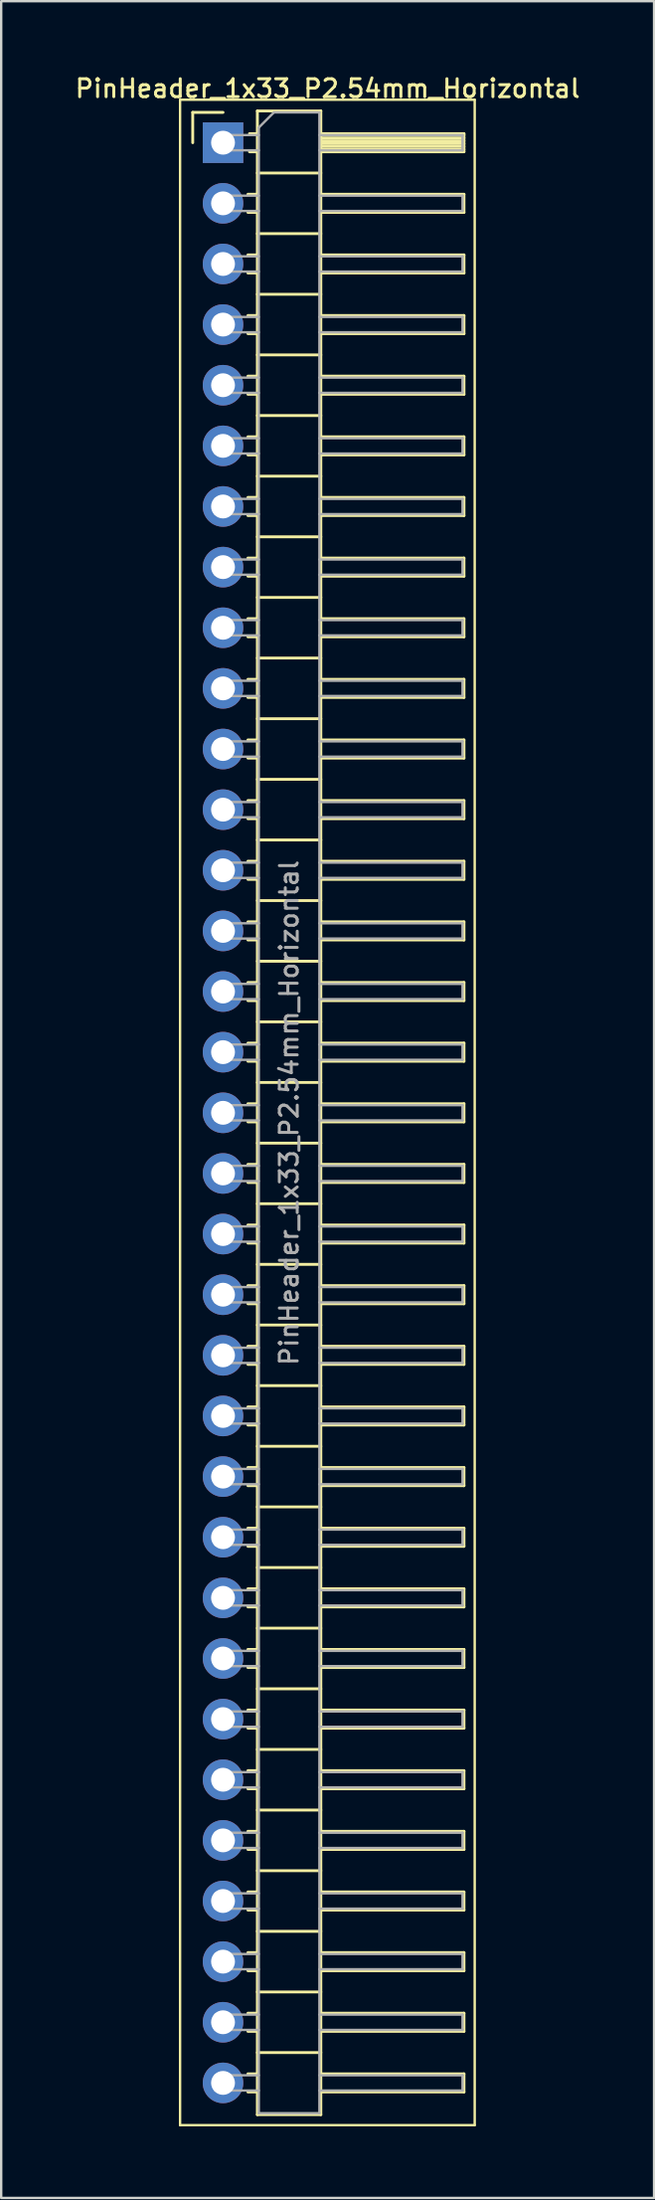
<source format=kicad_pcb>
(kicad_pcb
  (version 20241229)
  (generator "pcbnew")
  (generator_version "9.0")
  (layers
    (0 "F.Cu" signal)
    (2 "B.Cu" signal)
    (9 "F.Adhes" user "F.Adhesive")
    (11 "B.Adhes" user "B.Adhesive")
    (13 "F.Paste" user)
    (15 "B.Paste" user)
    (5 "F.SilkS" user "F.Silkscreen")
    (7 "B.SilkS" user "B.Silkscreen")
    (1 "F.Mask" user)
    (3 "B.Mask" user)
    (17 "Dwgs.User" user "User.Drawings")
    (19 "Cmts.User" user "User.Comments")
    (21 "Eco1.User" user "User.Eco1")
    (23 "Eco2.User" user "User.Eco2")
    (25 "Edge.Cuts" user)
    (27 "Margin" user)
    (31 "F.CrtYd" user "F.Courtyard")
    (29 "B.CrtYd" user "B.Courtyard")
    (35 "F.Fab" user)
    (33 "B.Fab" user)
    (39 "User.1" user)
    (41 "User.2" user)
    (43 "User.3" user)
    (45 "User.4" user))
  (footprint "PinHeader_1x33_P2.54mm_Horizontal"
    (layer "F.Cu")
    (at 6.299 2.928)
    (property "Reference" "PinHeader_1x33_P2.54mm_Horizontal" (at 4.385 -2.27 0) (layer "F.SilkS") (effects (font (size 0.75 0.75) (thickness 0.125))))
    (attr through_hole)
    (fp_line (start -1.8 -1.8) (end -1.8 83.05) (stroke (width 0.1) (type solid)) (layer "F.SilkS"))
    (fp_line (start -1.8 83.05) (end 10.55 83.05) (stroke (width 0.1) (type solid)) (layer "F.SilkS"))
    (fp_line (start -1.27 -1.27) (end 0 -1.27) (stroke (width 0.12) (type solid)) (layer "F.SilkS"))
    (fp_line (start -1.27 0) (end -1.27 -1.27) (stroke (width 0.12) (type solid)) (layer "F.SilkS"))
    (fp_line (start 1.043 2.16) (end 1.44 2.16) (stroke (width 0.12) (type solid)) (layer "F.SilkS"))
    (fp_line (start 1.043 2.92) (end 1.44 2.92) (stroke (width 0.12) (type solid)) (layer "F.SilkS"))
    (fp_line (start 1.043 4.7) (end 1.44 4.7) (stroke (width 0.12) (type solid)) (layer "F.SilkS"))
    (fp_line (start 1.043 5.46) (end 1.44 5.46) (stroke (width 0.12) (type solid)) (layer "F.SilkS"))
    (fp_line (start 1.043 7.24) (end 1.44 7.24) (stroke (width 0.12) (type solid)) (layer "F.SilkS"))
    (fp_line (start 1.043 8) (end 1.44 8) (stroke (width 0.12) (type solid)) (layer "F.SilkS"))
    (fp_line (start 1.043 9.78) (end 1.44 9.78) (stroke (width 0.12) (type solid)) (layer "F.SilkS"))
    (fp_line (start 1.043 10.54) (end 1.44 10.54) (stroke (width 0.12) (type solid)) (layer "F.SilkS"))
    (fp_line (start 1.043 12.32) (end 1.44 12.32) (stroke (width 0.12) (type solid)) (layer "F.SilkS"))
    (fp_line (start 1.043 13.08) (end 1.44 13.08) (stroke (width 0.12) (type solid)) (layer "F.SilkS"))
    (fp_line (start 1.043 14.86) (end 1.44 14.86) (stroke (width 0.12) (type solid)) (layer "F.SilkS"))
    (fp_line (start 1.043 15.62) (end 1.44 15.62) (stroke (width 0.12) (type solid)) (layer "F.SilkS"))
    (fp_line (start 1.043 17.4) (end 1.44 17.4) (stroke (width 0.12) (type solid)) (layer "F.SilkS"))
    (fp_line (start 1.043 18.16) (end 1.44 18.16) (stroke (width 0.12) (type solid)) (layer "F.SilkS"))
    (fp_line (start 1.043 19.94) (end 1.44 19.94) (stroke (width 0.12) (type solid)) (layer "F.SilkS"))
    (fp_line (start 1.043 20.7) (end 1.44 20.7) (stroke (width 0.12) (type solid)) (layer "F.SilkS"))
    (fp_line (start 1.043 22.48) (end 1.44 22.48) (stroke (width 0.12) (type solid)) (layer "F.SilkS"))
    (fp_line (start 1.043 23.24) (end 1.44 23.24) (stroke (width 0.12) (type solid)) (layer "F.SilkS"))
    (fp_line (start 1.043 25.02) (end 1.44 25.02) (stroke (width 0.12) (type solid)) (layer "F.SilkS"))
    (fp_line (start 1.043 25.78) (end 1.44 25.78) (stroke (width 0.12) (type solid)) (layer "F.SilkS"))
    (fp_line (start 1.043 27.56) (end 1.44 27.56) (stroke (width 0.12) (type solid)) (layer "F.SilkS"))
    (fp_line (start 1.043 28.32) (end 1.44 28.32) (stroke (width 0.12) (type solid)) (layer "F.SilkS"))
    (fp_line (start 1.043 30.1) (end 1.44 30.1) (stroke (width 0.12) (type solid)) (layer "F.SilkS"))
    (fp_line (start 1.043 30.86) (end 1.44 30.86) (stroke (width 0.12) (type solid)) (layer "F.SilkS"))
    (fp_line (start 1.043 32.64) (end 1.44 32.64) (stroke (width 0.12) (type solid)) (layer "F.SilkS"))
    (fp_line (start 1.043 33.4) (end 1.44 33.4) (stroke (width 0.12) (type solid)) (layer "F.SilkS"))
    (fp_line (start 1.043 35.18) (end 1.44 35.18) (stroke (width 0.12) (type solid)) (layer "F.SilkS"))
    (fp_line (start 1.043 35.94) (end 1.44 35.94) (stroke (width 0.12) (type solid)) (layer "F.SilkS"))
    (fp_line (start 1.043 37.72) (end 1.44 37.72) (stroke (width 0.12) (type solid)) (layer "F.SilkS"))
    (fp_line (start 1.043 38.48) (end 1.44 38.48) (stroke (width 0.12) (type solid)) (layer "F.SilkS"))
    (fp_line (start 1.043 40.26) (end 1.44 40.26) (stroke (width 0.12) (type solid)) (layer "F.SilkS"))
    (fp_line (start 1.043 41.02) (end 1.44 41.02) (stroke (width 0.12) (type solid)) (layer "F.SilkS"))
    (fp_line (start 1.043 42.8) (end 1.44 42.8) (stroke (width 0.12) (type solid)) (layer "F.SilkS"))
    (fp_line (start 1.043 43.56) (end 1.44 43.56) (stroke (width 0.12) (type solid)) (layer "F.SilkS"))
    (fp_line (start 1.043 45.34) (end 1.44 45.34) (stroke (width 0.12) (type solid)) (layer "F.SilkS"))
    (fp_line (start 1.043 46.1) (end 1.44 46.1) (stroke (width 0.12) (type solid)) (layer "F.SilkS"))
    (fp_line (start 1.043 47.88) (end 1.44 47.88) (stroke (width 0.12) (type solid)) (layer "F.SilkS"))
    (fp_line (start 1.043 48.64) (end 1.44 48.64) (stroke (width 0.12) (type solid)) (layer "F.SilkS"))
    (fp_line (start 1.043 50.42) (end 1.44 50.42) (stroke (width 0.12) (type solid)) (layer "F.SilkS"))
    (fp_line (start 1.043 51.18) (end 1.44 51.18) (stroke (width 0.12) (type solid)) (layer "F.SilkS"))
    (fp_line (start 1.043 52.96) (end 1.44 52.96) (stroke (width 0.12) (type solid)) (layer "F.SilkS"))
    (fp_line (start 1.043 53.72) (end 1.44 53.72) (stroke (width 0.12) (type solid)) (layer "F.SilkS"))
    (fp_line (start 1.043 55.5) (end 1.44 55.5) (stroke (width 0.12) (type solid)) (layer "F.SilkS"))
    (fp_line (start 1.043 56.26) (end 1.44 56.26) (stroke (width 0.12) (type solid)) (layer "F.SilkS"))
    (fp_line (start 1.043 58.04) (end 1.44 58.04) (stroke (width 0.12) (type solid)) (layer "F.SilkS"))
    (fp_line (start 1.043 58.8) (end 1.44 58.8) (stroke (width 0.12) (type solid)) (layer "F.SilkS"))
    (fp_line (start 1.043 60.58) (end 1.44 60.58) (stroke (width 0.12) (type solid)) (layer "F.SilkS"))
    (fp_line (start 1.043 61.34) (end 1.44 61.34) (stroke (width 0.12) (type solid)) (layer "F.SilkS"))
    (fp_line (start 1.043 63.12) (end 1.44 63.12) (stroke (width 0.12) (type solid)) (layer "F.SilkS"))
    (fp_line (start 1.043 63.88) (end 1.44 63.88) (stroke (width 0.12) (type solid)) (layer "F.SilkS"))
    (fp_line (start 1.043 65.66) (end 1.44 65.66) (stroke (width 0.12) (type solid)) (layer "F.SilkS"))
    (fp_line (start 1.043 66.42) (end 1.44 66.42) (stroke (width 0.12) (type solid)) (layer "F.SilkS"))
    (fp_line (start 1.043 68.2) (end 1.44 68.2) (stroke (width 0.12) (type solid)) (layer "F.SilkS"))
    (fp_line (start 1.043 68.96) (end 1.44 68.96) (stroke (width 0.12) (type solid)) (layer "F.SilkS"))
    (fp_line (start 1.043 70.74) (end 1.44 70.74) (stroke (width 0.12) (type solid)) (layer "F.SilkS"))
    (fp_line (start 1.043 71.5) (end 1.44 71.5) (stroke (width 0.12) (type solid)) (layer "F.SilkS"))
    (fp_line (start 1.043 73.28) (end 1.44 73.28) (stroke (width 0.12) (type solid)) (layer "F.SilkS"))
    (fp_line (start 1.043 74.04) (end 1.44 74.04) (stroke (width 0.12) (type solid)) (layer "F.SilkS"))
    (fp_line (start 1.043 75.82) (end 1.44 75.82) (stroke (width 0.12) (type solid)) (layer "F.SilkS"))
    (fp_line (start 1.043 76.58) (end 1.44 76.58) (stroke (width 0.12) (type solid)) (layer "F.SilkS"))
    (fp_line (start 1.043 78.36) (end 1.44 78.36) (stroke (width 0.12) (type solid)) (layer "F.SilkS"))
    (fp_line (start 1.043 79.12) (end 1.44 79.12) (stroke (width 0.12) (type solid)) (layer "F.SilkS"))
    (fp_line (start 1.043 80.9) (end 1.44 80.9) (stroke (width 0.12) (type solid)) (layer "F.SilkS"))
    (fp_line (start 1.043 81.66) (end 1.44 81.66) (stroke (width 0.12) (type solid)) (layer "F.SilkS"))
    (fp_line (start 1.11 -0.38) (end 1.44 -0.38) (stroke (width 0.12) (type solid)) (layer "F.SilkS"))
    (fp_line (start 1.11 0.38) (end 1.44 0.38) (stroke (width 0.12) (type solid)) (layer "F.SilkS"))
    (fp_line (start 1.44 -1.33) (end 1.44 82.61) (stroke (width 0.12) (type solid)) (layer "F.SilkS"))
    (fp_line (start 1.44 1.27) (end 4.1 1.27) (stroke (width 0.12) (type solid)) (layer "F.SilkS"))
    (fp_line (start 1.44 3.81) (end 4.1 3.81) (stroke (width 0.12) (type solid)) (layer "F.SilkS"))
    (fp_line (start 1.44 6.35) (end 4.1 6.35) (stroke (width 0.12) (type solid)) (layer "F.SilkS"))
    (fp_line (start 1.44 8.89) (end 4.1 8.89) (stroke (width 0.12) (type solid)) (layer "F.SilkS"))
    (fp_line (start 1.44 11.43) (end 4.1 11.43) (stroke (width 0.12) (type solid)) (layer "F.SilkS"))
    (fp_line (start 1.44 13.97) (end 4.1 13.97) (stroke (width 0.12) (type solid)) (layer "F.SilkS"))
    (fp_line (start 1.44 16.51) (end 4.1 16.51) (stroke (width 0.12) (type solid)) (layer "F.SilkS"))
    (fp_line (start 1.44 19.05) (end 4.1 19.05) (stroke (width 0.12) (type solid)) (layer "F.SilkS"))
    (fp_line (start 1.44 21.59) (end 4.1 21.59) (stroke (width 0.12) (type solid)) (layer "F.SilkS"))
    (fp_line (start 1.44 24.13) (end 4.1 24.13) (stroke (width 0.12) (type solid)) (layer "F.SilkS"))
    (fp_line (start 1.44 26.67) (end 4.1 26.67) (stroke (width 0.12) (type solid)) (layer "F.SilkS"))
    (fp_line (start 1.44 29.21) (end 4.1 29.21) (stroke (width 0.12) (type solid)) (layer "F.SilkS"))
    (fp_line (start 1.44 31.75) (end 4.1 31.75) (stroke (width 0.12) (type solid)) (layer "F.SilkS"))
    (fp_line (start 1.44 34.29) (end 4.1 34.29) (stroke (width 0.12) (type solid)) (layer "F.SilkS"))
    (fp_line (start 1.44 36.83) (end 4.1 36.83) (stroke (width 0.12) (type solid)) (layer "F.SilkS"))
    (fp_line (start 1.44 39.37) (end 4.1 39.37) (stroke (width 0.12) (type solid)) (layer "F.SilkS"))
    (fp_line (start 1.44 41.91) (end 4.1 41.91) (stroke (width 0.12) (type solid)) (layer "F.SilkS"))
    (fp_line (start 1.44 44.45) (end 4.1 44.45) (stroke (width 0.12) (type solid)) (layer "F.SilkS"))
    (fp_line (start 1.44 46.99) (end 4.1 46.99) (stroke (width 0.12) (type solid)) (layer "F.SilkS"))
    (fp_line (start 1.44 49.53) (end 4.1 49.53) (stroke (width 0.12) (type solid)) (layer "F.SilkS"))
    (fp_line (start 1.44 52.07) (end 4.1 52.07) (stroke (width 0.12) (type solid)) (layer "F.SilkS"))
    (fp_line (start 1.44 54.61) (end 4.1 54.61) (stroke (width 0.12) (type solid)) (layer "F.SilkS"))
    (fp_line (start 1.44 57.15) (end 4.1 57.15) (stroke (width 0.12) (type solid)) (layer "F.SilkS"))
    (fp_line (start 1.44 59.69) (end 4.1 59.69) (stroke (width 0.12) (type solid)) (layer "F.SilkS"))
    (fp_line (start 1.44 62.23) (end 4.1 62.23) (stroke (width 0.12) (type solid)) (layer "F.SilkS"))
    (fp_line (start 1.44 64.77) (end 4.1 64.77) (stroke (width 0.12) (type solid)) (layer "F.SilkS"))
    (fp_line (start 1.44 67.31) (end 4.1 67.31) (stroke (width 0.12) (type solid)) (layer "F.SilkS"))
    (fp_line (start 1.44 69.85) (end 4.1 69.85) (stroke (width 0.12) (type solid)) (layer "F.SilkS"))
    (fp_line (start 1.44 72.39) (end 4.1 72.39) (stroke (width 0.12) (type solid)) (layer "F.SilkS"))
    (fp_line (start 1.44 74.93) (end 4.1 74.93) (stroke (width 0.12) (type solid)) (layer "F.SilkS"))
    (fp_line (start 1.44 77.47) (end 4.1 77.47) (stroke (width 0.12) (type solid)) (layer "F.SilkS"))
    (fp_line (start 1.44 80.01) (end 4.1 80.01) (stroke (width 0.12) (type solid)) (layer "F.SilkS"))
    (fp_line (start 1.44 82.61) (end 4.1 82.61) (stroke (width 0.12) (type solid)) (layer "F.SilkS"))
    (fp_line (start 4.1 -1.33) (end 1.44 -1.33) (stroke (width 0.12) (type solid)) (layer "F.SilkS"))
    (fp_line (start 4.1 -0.38) (end 10.1 -0.38) (stroke (width 0.12) (type solid)) (layer "F.SilkS"))
    (fp_line (start 4.1 -0.32) (end 10.1 -0.32) (stroke (width 0.12) (type solid)) (layer "F.SilkS"))
    (fp_line (start 4.1 -0.2) (end 10.1 -0.2) (stroke (width 0.12) (type solid)) (layer "F.SilkS"))
    (fp_line (start 4.1 -0.08) (end 10.1 -0.08) (stroke (width 0.12) (type solid)) (layer "F.SilkS"))
    (fp_line (start 4.1 0.04) (end 10.1 0.04) (stroke (width 0.12) (type solid)) (layer "F.SilkS"))
    (fp_line (start 4.1 0.16) (end 10.1 0.16) (stroke (width 0.12) (type solid)) (layer "F.SilkS"))
    (fp_line (start 4.1 0.28) (end 10.1 0.28) (stroke (width 0.12) (type solid)) (layer "F.SilkS"))
    (fp_line (start 4.1 2.16) (end 10.1 2.16) (stroke (width 0.12) (type solid)) (layer "F.SilkS"))
    (fp_line (start 4.1 4.7) (end 10.1 4.7) (stroke (width 0.12) (type solid)) (layer "F.SilkS"))
    (fp_line (start 4.1 7.24) (end 10.1 7.24) (stroke (width 0.12) (type solid)) (layer "F.SilkS"))
    (fp_line (start 4.1 9.78) (end 10.1 9.78) (stroke (width 0.12) (type solid)) (layer "F.SilkS"))
    (fp_line (start 4.1 12.32) (end 10.1 12.32) (stroke (width 0.12) (type solid)) (layer "F.SilkS"))
    (fp_line (start 4.1 14.86) (end 10.1 14.86) (stroke (width 0.12) (type solid)) (layer "F.SilkS"))
    (fp_line (start 4.1 17.4) (end 10.1 17.4) (stroke (width 0.12) (type solid)) (layer "F.SilkS"))
    (fp_line (start 4.1 19.94) (end 10.1 19.94) (stroke (width 0.12) (type solid)) (layer "F.SilkS"))
    (fp_line (start 4.1 22.48) (end 10.1 22.48) (stroke (width 0.12) (type solid)) (layer "F.SilkS"))
    (fp_line (start 4.1 25.02) (end 10.1 25.02) (stroke (width 0.12) (type solid)) (layer "F.SilkS"))
    (fp_line (start 4.1 27.56) (end 10.1 27.56) (stroke (width 0.12) (type solid)) (layer "F.SilkS"))
    (fp_line (start 4.1 30.1) (end 10.1 30.1) (stroke (width 0.12) (type solid)) (layer "F.SilkS"))
    (fp_line (start 4.1 32.64) (end 10.1 32.64) (stroke (width 0.12) (type solid)) (layer "F.SilkS"))
    (fp_line (start 4.1 35.18) (end 10.1 35.18) (stroke (width 0.12) (type solid)) (layer "F.SilkS"))
    (fp_line (start 4.1 37.72) (end 10.1 37.72) (stroke (width 0.12) (type solid)) (layer "F.SilkS"))
    (fp_line (start 4.1 40.26) (end 10.1 40.26) (stroke (width 0.12) (type solid)) (layer "F.SilkS"))
    (fp_line (start 4.1 42.8) (end 10.1 42.8) (stroke (width 0.12) (type solid)) (layer "F.SilkS"))
    (fp_line (start 4.1 45.34) (end 10.1 45.34) (stroke (width 0.12) (type solid)) (layer "F.SilkS"))
    (fp_line (start 4.1 47.88) (end 10.1 47.88) (stroke (width 0.12) (type solid)) (layer "F.SilkS"))
    (fp_line (start 4.1 50.42) (end 10.1 50.42) (stroke (width 0.12) (type solid)) (layer "F.SilkS"))
    (fp_line (start 4.1 52.96) (end 10.1 52.96) (stroke (width 0.12) (type solid)) (layer "F.SilkS"))
    (fp_line (start 4.1 55.5) (end 10.1 55.5) (stroke (width 0.12) (type solid)) (layer "F.SilkS"))
    (fp_line (start 4.1 58.04) (end 10.1 58.04) (stroke (width 0.12) (type solid)) (layer "F.SilkS"))
    (fp_line (start 4.1 60.58) (end 10.1 60.58) (stroke (width 0.12) (type solid)) (layer "F.SilkS"))
    (fp_line (start 4.1 63.12) (end 10.1 63.12) (stroke (width 0.12) (type solid)) (layer "F.SilkS"))
    (fp_line (start 4.1 65.66) (end 10.1 65.66) (stroke (width 0.12) (type solid)) (layer "F.SilkS"))
    (fp_line (start 4.1 68.2) (end 10.1 68.2) (stroke (width 0.12) (type solid)) (layer "F.SilkS"))
    (fp_line (start 4.1 70.74) (end 10.1 70.74) (stroke (width 0.12) (type solid)) (layer "F.SilkS"))
    (fp_line (start 4.1 73.28) (end 10.1 73.28) (stroke (width 0.12) (type solid)) (layer "F.SilkS"))
    (fp_line (start 4.1 75.82) (end 10.1 75.82) (stroke (width 0.12) (type solid)) (layer "F.SilkS"))
    (fp_line (start 4.1 78.36) (end 10.1 78.36) (stroke (width 0.12) (type solid)) (layer "F.SilkS"))
    (fp_line (start 4.1 80.9) (end 10.1 80.9) (stroke (width 0.12) (type solid)) (layer "F.SilkS"))
    (fp_line (start 4.1 82.61) (end 4.1 -1.33) (stroke (width 0.12) (type solid)) (layer "F.SilkS"))
    (fp_line (start 10.1 -0.38) (end 10.1 0.38) (stroke (width 0.12) (type solid)) (layer "F.SilkS"))
    (fp_line (start 10.1 0.38) (end 4.1 0.38) (stroke (width 0.12) (type solid)) (layer "F.SilkS"))
    (fp_line (start 10.1 2.16) (end 10.1 2.92) (stroke (width 0.12) (type solid)) (layer "F.SilkS"))
    (fp_line (start 10.1 2.92) (end 4.1 2.92) (stroke (width 0.12) (type solid)) (layer "F.SilkS"))
    (fp_line (start 10.1 4.7) (end 10.1 5.46) (stroke (width 0.12) (type solid)) (layer "F.SilkS"))
    (fp_line (start 10.1 5.46) (end 4.1 5.46) (stroke (width 0.12) (type solid)) (layer "F.SilkS"))
    (fp_line (start 10.1 7.24) (end 10.1 8) (stroke (width 0.12) (type solid)) (layer "F.SilkS"))
    (fp_line (start 10.1 8) (end 4.1 8) (stroke (width 0.12) (type solid)) (layer "F.SilkS"))
    (fp_line (start 10.1 9.78) (end 10.1 10.54) (stroke (width 0.12) (type solid)) (layer "F.SilkS"))
    (fp_line (start 10.1 10.54) (end 4.1 10.54) (stroke (width 0.12) (type solid)) (layer "F.SilkS"))
    (fp_line (start 10.1 12.32) (end 10.1 13.08) (stroke (width 0.12) (type solid)) (layer "F.SilkS"))
    (fp_line (start 10.1 13.08) (end 4.1 13.08) (stroke (width 0.12) (type solid)) (layer "F.SilkS"))
    (fp_line (start 10.1 14.86) (end 10.1 15.62) (stroke (width 0.12) (type solid)) (layer "F.SilkS"))
    (fp_line (start 10.1 15.62) (end 4.1 15.62) (stroke (width 0.12) (type solid)) (layer "F.SilkS"))
    (fp_line (start 10.1 17.4) (end 10.1 18.16) (stroke (width 0.12) (type solid)) (layer "F.SilkS"))
    (fp_line (start 10.1 18.16) (end 4.1 18.16) (stroke (width 0.12) (type solid)) (layer "F.SilkS"))
    (fp_line (start 10.1 19.94) (end 10.1 20.7) (stroke (width 0.12) (type solid)) (layer "F.SilkS"))
    (fp_line (start 10.1 20.7) (end 4.1 20.7) (stroke (width 0.12) (type solid)) (layer "F.SilkS"))
    (fp_line (start 10.1 22.48) (end 10.1 23.24) (stroke (width 0.12) (type solid)) (layer "F.SilkS"))
    (fp_line (start 10.1 23.24) (end 4.1 23.24) (stroke (width 0.12) (type solid)) (layer "F.SilkS"))
    (fp_line (start 10.1 25.02) (end 10.1 25.78) (stroke (width 0.12) (type solid)) (layer "F.SilkS"))
    (fp_line (start 10.1 25.78) (end 4.1 25.78) (stroke (width 0.12) (type solid)) (layer "F.SilkS"))
    (fp_line (start 10.1 27.56) (end 10.1 28.32) (stroke (width 0.12) (type solid)) (layer "F.SilkS"))
    (fp_line (start 10.1 28.32) (end 4.1 28.32) (stroke (width 0.12) (type solid)) (layer "F.SilkS"))
    (fp_line (start 10.1 30.1) (end 10.1 30.86) (stroke (width 0.12) (type solid)) (layer "F.SilkS"))
    (fp_line (start 10.1 30.86) (end 4.1 30.86) (stroke (width 0.12) (type solid)) (layer "F.SilkS"))
    (fp_line (start 10.1 32.64) (end 10.1 33.4) (stroke (width 0.12) (type solid)) (layer "F.SilkS"))
    (fp_line (start 10.1 33.4) (end 4.1 33.4) (stroke (width 0.12) (type solid)) (layer "F.SilkS"))
    (fp_line (start 10.1 35.18) (end 10.1 35.94) (stroke (width 0.12) (type solid)) (layer "F.SilkS"))
    (fp_line (start 10.1 35.94) (end 4.1 35.94) (stroke (width 0.12) (type solid)) (layer "F.SilkS"))
    (fp_line (start 10.1 37.72) (end 10.1 38.48) (stroke (width 0.12) (type solid)) (layer "F.SilkS"))
    (fp_line (start 10.1 38.48) (end 4.1 38.48) (stroke (width 0.12) (type solid)) (layer "F.SilkS"))
    (fp_line (start 10.1 40.26) (end 10.1 41.02) (stroke (width 0.12) (type solid)) (layer "F.SilkS"))
    (fp_line (start 10.1 41.02) (end 4.1 41.02) (stroke (width 0.12) (type solid)) (layer "F.SilkS"))
    (fp_line (start 10.1 42.8) (end 10.1 43.56) (stroke (width 0.12) (type solid)) (layer "F.SilkS"))
    (fp_line (start 10.1 43.56) (end 4.1 43.56) (stroke (width 0.12) (type solid)) (layer "F.SilkS"))
    (fp_line (start 10.1 45.34) (end 10.1 46.1) (stroke (width 0.12) (type solid)) (layer "F.SilkS"))
    (fp_line (start 10.1 46.1) (end 4.1 46.1) (stroke (width 0.12) (type solid)) (layer "F.SilkS"))
    (fp_line (start 10.1 47.88) (end 10.1 48.64) (stroke (width 0.12) (type solid)) (layer "F.SilkS"))
    (fp_line (start 10.1 48.64) (end 4.1 48.64) (stroke (width 0.12) (type solid)) (layer "F.SilkS"))
    (fp_line (start 10.1 50.42) (end 10.1 51.18) (stroke (width 0.12) (type solid)) (layer "F.SilkS"))
    (fp_line (start 10.1 51.18) (end 4.1 51.18) (stroke (width 0.12) (type solid)) (layer "F.SilkS"))
    (fp_line (start 10.1 52.96) (end 10.1 53.72) (stroke (width 0.12) (type solid)) (layer "F.SilkS"))
    (fp_line (start 10.1 53.72) (end 4.1 53.72) (stroke (width 0.12) (type solid)) (layer "F.SilkS"))
    (fp_line (start 10.1 55.5) (end 10.1 56.26) (stroke (width 0.12) (type solid)) (layer "F.SilkS"))
    (fp_line (start 10.1 56.26) (end 4.1 56.26) (stroke (width 0.12) (type solid)) (layer "F.SilkS"))
    (fp_line (start 10.1 58.04) (end 10.1 58.8) (stroke (width 0.12) (type solid)) (layer "F.SilkS"))
    (fp_line (start 10.1 58.8) (end 4.1 58.8) (stroke (width 0.12) (type solid)) (layer "F.SilkS"))
    (fp_line (start 10.1 60.58) (end 10.1 61.34) (stroke (width 0.12) (type solid)) (layer "F.SilkS"))
    (fp_line (start 10.1 61.34) (end 4.1 61.34) (stroke (width 0.12) (type solid)) (layer "F.SilkS"))
    (fp_line (start 10.1 63.12) (end 10.1 63.88) (stroke (width 0.12) (type solid)) (layer "F.SilkS"))
    (fp_line (start 10.1 63.88) (end 4.1 63.88) (stroke (width 0.12) (type solid)) (layer "F.SilkS"))
    (fp_line (start 10.1 65.66) (end 10.1 66.42) (stroke (width 0.12) (type solid)) (layer "F.SilkS"))
    (fp_line (start 10.1 66.42) (end 4.1 66.42) (stroke (width 0.12) (type solid)) (layer "F.SilkS"))
    (fp_line (start 10.1 68.2) (end 10.1 68.96) (stroke (width 0.12) (type solid)) (layer "F.SilkS"))
    (fp_line (start 10.1 68.96) (end 4.1 68.96) (stroke (width 0.12) (type solid)) (layer "F.SilkS"))
    (fp_line (start 10.1 70.74) (end 10.1 71.5) (stroke (width 0.12) (type solid)) (layer "F.SilkS"))
    (fp_line (start 10.1 71.5) (end 4.1 71.5) (stroke (width 0.12) (type solid)) (layer "F.SilkS"))
    (fp_line (start 10.1 73.28) (end 10.1 74.04) (stroke (width 0.12) (type solid)) (layer "F.SilkS"))
    (fp_line (start 10.1 74.04) (end 4.1 74.04) (stroke (width 0.12) (type solid)) (layer "F.SilkS"))
    (fp_line (start 10.1 75.82) (end 10.1 76.58) (stroke (width 0.12) (type solid)) (layer "F.SilkS"))
    (fp_line (start 10.1 76.58) (end 4.1 76.58) (stroke (width 0.12) (type solid)) (layer "F.SilkS"))
    (fp_line (start 10.1 78.36) (end 10.1 79.12) (stroke (width 0.12) (type solid)) (layer "F.SilkS"))
    (fp_line (start 10.1 79.12) (end 4.1 79.12) (stroke (width 0.12) (type solid)) (layer "F.SilkS"))
    (fp_line (start 10.1 80.9) (end 10.1 81.66) (stroke (width 0.12) (type solid)) (layer "F.SilkS"))
    (fp_line (start 10.1 81.66) (end 4.1 81.66) (stroke (width 0.12) (type solid)) (layer "F.SilkS"))
    (fp_line (start 10.55 -1.8) (end -1.8 -1.8) (stroke (width 0.1) (type solid)) (layer "F.SilkS"))
    (fp_line (start 10.55 83.05) (end 10.55 -1.8) (stroke (width 0.1) (type solid)) (layer "F.SilkS"))
    (fp_line (start -0.32 -0.32) (end -0.32 0.32) (stroke (width 0.1) (type solid)) (layer "F.Fab"))
    (fp_line (start -0.32 -0.32) (end 1.5 -0.32) (stroke (width 0.1) (type solid)) (layer "F.Fab"))
    (fp_line (start -0.32 0.32) (end 1.5 0.32) (stroke (width 0.1) (type solid)) (layer "F.Fab"))
    (fp_line (start -0.32 2.22) (end -0.32 2.86) (stroke (width 0.1) (type solid)) (layer "F.Fab"))
    (fp_line (start -0.32 2.22) (end 1.5 2.22) (stroke (width 0.1) (type solid)) (layer "F.Fab"))
    (fp_line (start -0.32 2.86) (end 1.5 2.86) (stroke (width 0.1) (type solid)) (layer "F.Fab"))
    (fp_line (start -0.32 4.76) (end -0.32 5.4) (stroke (width 0.1) (type solid)) (layer "F.Fab"))
    (fp_line (start -0.32 4.76) (end 1.5 4.76) (stroke (width 0.1) (type solid)) (layer "F.Fab"))
    (fp_line (start -0.32 5.4) (end 1.5 5.4) (stroke (width 0.1) (type solid)) (layer "F.Fab"))
    (fp_line (start -0.32 7.3) (end -0.32 7.94) (stroke (width 0.1) (type solid)) (layer "F.Fab"))
    (fp_line (start -0.32 7.3) (end 1.5 7.3) (stroke (width 0.1) (type solid)) (layer "F.Fab"))
    (fp_line (start -0.32 7.94) (end 1.5 7.94) (stroke (width 0.1) (type solid)) (layer "F.Fab"))
    (fp_line (start -0.32 9.84) (end -0.32 10.48) (stroke (width 0.1) (type solid)) (layer "F.Fab"))
    (fp_line (start -0.32 9.84) (end 1.5 9.84) (stroke (width 0.1) (type solid)) (layer "F.Fab"))
    (fp_line (start -0.32 10.48) (end 1.5 10.48) (stroke (width 0.1) (type solid)) (layer "F.Fab"))
    (fp_line (start -0.32 12.38) (end -0.32 13.02) (stroke (width 0.1) (type solid)) (layer "F.Fab"))
    (fp_line (start -0.32 12.38) (end 1.5 12.38) (stroke (width 0.1) (type solid)) (layer "F.Fab"))
    (fp_line (start -0.32 13.02) (end 1.5 13.02) (stroke (width 0.1) (type solid)) (layer "F.Fab"))
    (fp_line (start -0.32 14.92) (end -0.32 15.56) (stroke (width 0.1) (type solid)) (layer "F.Fab"))
    (fp_line (start -0.32 14.92) (end 1.5 14.92) (stroke (width 0.1) (type solid)) (layer "F.Fab"))
    (fp_line (start -0.32 15.56) (end 1.5 15.56) (stroke (width 0.1) (type solid)) (layer "F.Fab"))
    (fp_line (start -0.32 17.46) (end -0.32 18.1) (stroke (width 0.1) (type solid)) (layer "F.Fab"))
    (fp_line (start -0.32 17.46) (end 1.5 17.46) (stroke (width 0.1) (type solid)) (layer "F.Fab"))
    (fp_line (start -0.32 18.1) (end 1.5 18.1) (stroke (width 0.1) (type solid)) (layer "F.Fab"))
    (fp_line (start -0.32 20) (end -0.32 20.64) (stroke (width 0.1) (type solid)) (layer "F.Fab"))
    (fp_line (start -0.32 20) (end 1.5 20) (stroke (width 0.1) (type solid)) (layer "F.Fab"))
    (fp_line (start -0.32 20.64) (end 1.5 20.64) (stroke (width 0.1) (type solid)) (layer "F.Fab"))
    (fp_line (start -0.32 22.54) (end -0.32 23.18) (stroke (width 0.1) (type solid)) (layer "F.Fab"))
    (fp_line (start -0.32 22.54) (end 1.5 22.54) (stroke (width 0.1) (type solid)) (layer "F.Fab"))
    (fp_line (start -0.32 23.18) (end 1.5 23.18) (stroke (width 0.1) (type solid)) (layer "F.Fab"))
    (fp_line (start -0.32 25.08) (end -0.32 25.72) (stroke (width 0.1) (type solid)) (layer "F.Fab"))
    (fp_line (start -0.32 25.08) (end 1.5 25.08) (stroke (width 0.1) (type solid)) (layer "F.Fab"))
    (fp_line (start -0.32 25.72) (end 1.5 25.72) (stroke (width 0.1) (type solid)) (layer "F.Fab"))
    (fp_line (start -0.32 27.62) (end -0.32 28.26) (stroke (width 0.1) (type solid)) (layer "F.Fab"))
    (fp_line (start -0.32 27.62) (end 1.5 27.62) (stroke (width 0.1) (type solid)) (layer "F.Fab"))
    (fp_line (start -0.32 28.26) (end 1.5 28.26) (stroke (width 0.1) (type solid)) (layer "F.Fab"))
    (fp_line (start -0.32 30.16) (end -0.32 30.8) (stroke (width 0.1) (type solid)) (layer "F.Fab"))
    (fp_line (start -0.32 30.16) (end 1.5 30.16) (stroke (width 0.1) (type solid)) (layer "F.Fab"))
    (fp_line (start -0.32 30.8) (end 1.5 30.8) (stroke (width 0.1) (type solid)) (layer "F.Fab"))
    (fp_line (start -0.32 32.7) (end -0.32 33.34) (stroke (width 0.1) (type solid)) (layer "F.Fab"))
    (fp_line (start -0.32 32.7) (end 1.5 32.7) (stroke (width 0.1) (type solid)) (layer "F.Fab"))
    (fp_line (start -0.32 33.34) (end 1.5 33.34) (stroke (width 0.1) (type solid)) (layer "F.Fab"))
    (fp_line (start -0.32 35.24) (end -0.32 35.88) (stroke (width 0.1) (type solid)) (layer "F.Fab"))
    (fp_line (start -0.32 35.24) (end 1.5 35.24) (stroke (width 0.1) (type solid)) (layer "F.Fab"))
    (fp_line (start -0.32 35.88) (end 1.5 35.88) (stroke (width 0.1) (type solid)) (layer "F.Fab"))
    (fp_line (start -0.32 37.78) (end -0.32 38.42) (stroke (width 0.1) (type solid)) (layer "F.Fab"))
    (fp_line (start -0.32 37.78) (end 1.5 37.78) (stroke (width 0.1) (type solid)) (layer "F.Fab"))
    (fp_line (start -0.32 38.42) (end 1.5 38.42) (stroke (width 0.1) (type solid)) (layer "F.Fab"))
    (fp_line (start -0.32 40.32) (end -0.32 40.96) (stroke (width 0.1) (type solid)) (layer "F.Fab"))
    (fp_line (start -0.32 40.32) (end 1.5 40.32) (stroke (width 0.1) (type solid)) (layer "F.Fab"))
    (fp_line (start -0.32 40.96) (end 1.5 40.96) (stroke (width 0.1) (type solid)) (layer "F.Fab"))
    (fp_line (start -0.32 42.86) (end -0.32 43.5) (stroke (width 0.1) (type solid)) (layer "F.Fab"))
    (fp_line (start -0.32 42.86) (end 1.5 42.86) (stroke (width 0.1) (type solid)) (layer "F.Fab"))
    (fp_line (start -0.32 43.5) (end 1.5 43.5) (stroke (width 0.1) (type solid)) (layer "F.Fab"))
    (fp_line (start -0.32 45.4) (end -0.32 46.04) (stroke (width 0.1) (type solid)) (layer "F.Fab"))
    (fp_line (start -0.32 45.4) (end 1.5 45.4) (stroke (width 0.1) (type solid)) (layer "F.Fab"))
    (fp_line (start -0.32 46.04) (end 1.5 46.04) (stroke (width 0.1) (type solid)) (layer "F.Fab"))
    (fp_line (start -0.32 47.94) (end -0.32 48.58) (stroke (width 0.1) (type solid)) (layer "F.Fab"))
    (fp_line (start -0.32 47.94) (end 1.5 47.94) (stroke (width 0.1) (type solid)) (layer "F.Fab"))
    (fp_line (start -0.32 48.58) (end 1.5 48.58) (stroke (width 0.1) (type solid)) (layer "F.Fab"))
    (fp_line (start -0.32 50.48) (end -0.32 51.12) (stroke (width 0.1) (type solid)) (layer "F.Fab"))
    (fp_line (start -0.32 50.48) (end 1.5 50.48) (stroke (width 0.1) (type solid)) (layer "F.Fab"))
    (fp_line (start -0.32 51.12) (end 1.5 51.12) (stroke (width 0.1) (type solid)) (layer "F.Fab"))
    (fp_line (start -0.32 53.02) (end -0.32 53.66) (stroke (width 0.1) (type solid)) (layer "F.Fab"))
    (fp_line (start -0.32 53.02) (end 1.5 53.02) (stroke (width 0.1) (type solid)) (layer "F.Fab"))
    (fp_line (start -0.32 53.66) (end 1.5 53.66) (stroke (width 0.1) (type solid)) (layer "F.Fab"))
    (fp_line (start -0.32 55.56) (end -0.32 56.2) (stroke (width 0.1) (type solid)) (layer "F.Fab"))
    (fp_line (start -0.32 55.56) (end 1.5 55.56) (stroke (width 0.1) (type solid)) (layer "F.Fab"))
    (fp_line (start -0.32 56.2) (end 1.5 56.2) (stroke (width 0.1) (type solid)) (layer "F.Fab"))
    (fp_line (start -0.32 58.1) (end -0.32 58.74) (stroke (width 0.1) (type solid)) (layer "F.Fab"))
    (fp_line (start -0.32 58.1) (end 1.5 58.1) (stroke (width 0.1) (type solid)) (layer "F.Fab"))
    (fp_line (start -0.32 58.74) (end 1.5 58.74) (stroke (width 0.1) (type solid)) (layer "F.Fab"))
    (fp_line (start -0.32 60.64) (end -0.32 61.28) (stroke (width 0.1) (type solid)) (layer "F.Fab"))
    (fp_line (start -0.32 60.64) (end 1.5 60.64) (stroke (width 0.1) (type solid)) (layer "F.Fab"))
    (fp_line (start -0.32 61.28) (end 1.5 61.28) (stroke (width 0.1) (type solid)) (layer "F.Fab"))
    (fp_line (start -0.32 63.18) (end -0.32 63.82) (stroke (width 0.1) (type solid)) (layer "F.Fab"))
    (fp_line (start -0.32 63.18) (end 1.5 63.18) (stroke (width 0.1) (type solid)) (layer "F.Fab"))
    (fp_line (start -0.32 63.82) (end 1.5 63.82) (stroke (width 0.1) (type solid)) (layer "F.Fab"))
    (fp_line (start -0.32 65.72) (end -0.32 66.36) (stroke (width 0.1) (type solid)) (layer "F.Fab"))
    (fp_line (start -0.32 65.72) (end 1.5 65.72) (stroke (width 0.1) (type solid)) (layer "F.Fab"))
    (fp_line (start -0.32 66.36) (end 1.5 66.36) (stroke (width 0.1) (type solid)) (layer "F.Fab"))
    (fp_line (start -0.32 68.26) (end -0.32 68.9) (stroke (width 0.1) (type solid)) (layer "F.Fab"))
    (fp_line (start -0.32 68.26) (end 1.5 68.26) (stroke (width 0.1) (type solid)) (layer "F.Fab"))
    (fp_line (start -0.32 68.9) (end 1.5 68.9) (stroke (width 0.1) (type solid)) (layer "F.Fab"))
    (fp_line (start -0.32 70.8) (end -0.32 71.44) (stroke (width 0.1) (type solid)) (layer "F.Fab"))
    (fp_line (start -0.32 70.8) (end 1.5 70.8) (stroke (width 0.1) (type solid)) (layer "F.Fab"))
    (fp_line (start -0.32 71.44) (end 1.5 71.44) (stroke (width 0.1) (type solid)) (layer "F.Fab"))
    (fp_line (start -0.32 73.34) (end -0.32 73.98) (stroke (width 0.1) (type solid)) (layer "F.Fab"))
    (fp_line (start -0.32 73.34) (end 1.5 73.34) (stroke (width 0.1) (type solid)) (layer "F.Fab"))
    (fp_line (start -0.32 73.98) (end 1.5 73.98) (stroke (width 0.1) (type solid)) (layer "F.Fab"))
    (fp_line (start -0.32 75.88) (end -0.32 76.52) (stroke (width 0.1) (type solid)) (layer "F.Fab"))
    (fp_line (start -0.32 75.88) (end 1.5 75.88) (stroke (width 0.1) (type solid)) (layer "F.Fab"))
    (fp_line (start -0.32 76.52) (end 1.5 76.52) (stroke (width 0.1) (type solid)) (layer "F.Fab"))
    (fp_line (start -0.32 78.42) (end -0.32 79.06) (stroke (width 0.1) (type solid)) (layer "F.Fab"))
    (fp_line (start -0.32 78.42) (end 1.5 78.42) (stroke (width 0.1) (type solid)) (layer "F.Fab"))
    (fp_line (start -0.32 79.06) (end 1.5 79.06) (stroke (width 0.1) (type solid)) (layer "F.Fab"))
    (fp_line (start -0.32 80.96) (end -0.32 81.6) (stroke (width 0.1) (type solid)) (layer "F.Fab"))
    (fp_line (start -0.32 80.96) (end 1.5 80.96) (stroke (width 0.1) (type solid)) (layer "F.Fab"))
    (fp_line (start -0.32 81.6) (end 1.5 81.6) (stroke (width 0.1) (type solid)) (layer "F.Fab"))
    (fp_line (start 1.5 -0.635) (end 2.135 -1.27) (stroke (width 0.1) (type solid)) (layer "F.Fab"))
    (fp_line (start 1.5 82.55) (end 1.5 -0.635) (stroke (width 0.1) (type solid)) (layer "F.Fab"))
    (fp_line (start 2.135 -1.27) (end 4.04 -1.27) (stroke (width 0.1) (type solid)) (layer "F.Fab"))
    (fp_line (start 4.04 -1.27) (end 4.04 82.55) (stroke (width 0.1) (type solid)) (layer "F.Fab"))
    (fp_line (start 4.04 -0.32) (end 10.04 -0.32) (stroke (width 0.1) (type solid)) (layer "F.Fab"))
    (fp_line (start 4.04 0.32) (end 10.04 0.32) (stroke (width 0.1) (type solid)) (layer "F.Fab"))
    (fp_line (start 4.04 2.22) (end 10.04 2.22) (stroke (width 0.1) (type solid)) (layer "F.Fab"))
    (fp_line (start 4.04 2.86) (end 10.04 2.86) (stroke (width 0.1) (type solid)) (layer "F.Fab"))
    (fp_line (start 4.04 4.76) (end 10.04 4.76) (stroke (width 0.1) (type solid)) (layer "F.Fab"))
    (fp_line (start 4.04 5.4) (end 10.04 5.4) (stroke (width 0.1) (type solid)) (layer "F.Fab"))
    (fp_line (start 4.04 7.3) (end 10.04 7.3) (stroke (width 0.1) (type solid)) (layer "F.Fab"))
    (fp_line (start 4.04 7.94) (end 10.04 7.94) (stroke (width 0.1) (type solid)) (layer "F.Fab"))
    (fp_line (start 4.04 9.84) (end 10.04 9.84) (stroke (width 0.1) (type solid)) (layer "F.Fab"))
    (fp_line (start 4.04 10.48) (end 10.04 10.48) (stroke (width 0.1) (type solid)) (layer "F.Fab"))
    (fp_line (start 4.04 12.38) (end 10.04 12.38) (stroke (width 0.1) (type solid)) (layer "F.Fab"))
    (fp_line (start 4.04 13.02) (end 10.04 13.02) (stroke (width 0.1) (type solid)) (layer "F.Fab"))
    (fp_line (start 4.04 14.92) (end 10.04 14.92) (stroke (width 0.1) (type solid)) (layer "F.Fab"))
    (fp_line (start 4.04 15.56) (end 10.04 15.56) (stroke (width 0.1) (type solid)) (layer "F.Fab"))
    (fp_line (start 4.04 17.46) (end 10.04 17.46) (stroke (width 0.1) (type solid)) (layer "F.Fab"))
    (fp_line (start 4.04 18.1) (end 10.04 18.1) (stroke (width 0.1) (type solid)) (layer "F.Fab"))
    (fp_line (start 4.04 20) (end 10.04 20) (stroke (width 0.1) (type solid)) (layer "F.Fab"))
    (fp_line (start 4.04 20.64) (end 10.04 20.64) (stroke (width 0.1) (type solid)) (layer "F.Fab"))
    (fp_line (start 4.04 22.54) (end 10.04 22.54) (stroke (width 0.1) (type solid)) (layer "F.Fab"))
    (fp_line (start 4.04 23.18) (end 10.04 23.18) (stroke (width 0.1) (type solid)) (layer "F.Fab"))
    (fp_line (start 4.04 25.08) (end 10.04 25.08) (stroke (width 0.1) (type solid)) (layer "F.Fab"))
    (fp_line (start 4.04 25.72) (end 10.04 25.72) (stroke (width 0.1) (type solid)) (layer "F.Fab"))
    (fp_line (start 4.04 27.62) (end 10.04 27.62) (stroke (width 0.1) (type solid)) (layer "F.Fab"))
    (fp_line (start 4.04 28.26) (end 10.04 28.26) (stroke (width 0.1) (type solid)) (layer "F.Fab"))
    (fp_line (start 4.04 30.16) (end 10.04 30.16) (stroke (width 0.1) (type solid)) (layer "F.Fab"))
    (fp_line (start 4.04 30.8) (end 10.04 30.8) (stroke (width 0.1) (type solid)) (layer "F.Fab"))
    (fp_line (start 4.04 32.7) (end 10.04 32.7) (stroke (width 0.1) (type solid)) (layer "F.Fab"))
    (fp_line (start 4.04 33.34) (end 10.04 33.34) (stroke (width 0.1) (type solid)) (layer "F.Fab"))
    (fp_line (start 4.04 35.24) (end 10.04 35.24) (stroke (width 0.1) (type solid)) (layer "F.Fab"))
    (fp_line (start 4.04 35.88) (end 10.04 35.88) (stroke (width 0.1) (type solid)) (layer "F.Fab"))
    (fp_line (start 4.04 37.78) (end 10.04 37.78) (stroke (width 0.1) (type solid)) (layer "F.Fab"))
    (fp_line (start 4.04 38.42) (end 10.04 38.42) (stroke (width 0.1) (type solid)) (layer "F.Fab"))
    (fp_line (start 4.04 40.32) (end 10.04 40.32) (stroke (width 0.1) (type solid)) (layer "F.Fab"))
    (fp_line (start 4.04 40.96) (end 10.04 40.96) (stroke (width 0.1) (type solid)) (layer "F.Fab"))
    (fp_line (start 4.04 42.86) (end 10.04 42.86) (stroke (width 0.1) (type solid)) (layer "F.Fab"))
    (fp_line (start 4.04 43.5) (end 10.04 43.5) (stroke (width 0.1) (type solid)) (layer "F.Fab"))
    (fp_line (start 4.04 45.4) (end 10.04 45.4) (stroke (width 0.1) (type solid)) (layer "F.Fab"))
    (fp_line (start 4.04 46.04) (end 10.04 46.04) (stroke (width 0.1) (type solid)) (layer "F.Fab"))
    (fp_line (start 4.04 47.94) (end 10.04 47.94) (stroke (width 0.1) (type solid)) (layer "F.Fab"))
    (fp_line (start 4.04 48.58) (end 10.04 48.58) (stroke (width 0.1) (type solid)) (layer "F.Fab"))
    (fp_line (start 4.04 50.48) (end 10.04 50.48) (stroke (width 0.1) (type solid)) (layer "F.Fab"))
    (fp_line (start 4.04 51.12) (end 10.04 51.12) (stroke (width 0.1) (type solid)) (layer "F.Fab"))
    (fp_line (start 4.04 53.02) (end 10.04 53.02) (stroke (width 0.1) (type solid)) (layer "F.Fab"))
    (fp_line (start 4.04 53.66) (end 10.04 53.66) (stroke (width 0.1) (type solid)) (layer "F.Fab"))
    (fp_line (start 4.04 55.56) (end 10.04 55.56) (stroke (width 0.1) (type solid)) (layer "F.Fab"))
    (fp_line (start 4.04 56.2) (end 10.04 56.2) (stroke (width 0.1) (type solid)) (layer "F.Fab"))
    (fp_line (start 4.04 58.1) (end 10.04 58.1) (stroke (width 0.1) (type solid)) (layer "F.Fab"))
    (fp_line (start 4.04 58.74) (end 10.04 58.74) (stroke (width 0.1) (type solid)) (layer "F.Fab"))
    (fp_line (start 4.04 60.64) (end 10.04 60.64) (stroke (width 0.1) (type solid)) (layer "F.Fab"))
    (fp_line (start 4.04 61.28) (end 10.04 61.28) (stroke (width 0.1) (type solid)) (layer "F.Fab"))
    (fp_line (start 4.04 63.18) (end 10.04 63.18) (stroke (width 0.1) (type solid)) (layer "F.Fab"))
    (fp_line (start 4.04 63.82) (end 10.04 63.82) (stroke (width 0.1) (type solid)) (layer "F.Fab"))
    (fp_line (start 4.04 65.72) (end 10.04 65.72) (stroke (width 0.1) (type solid)) (layer "F.Fab"))
    (fp_line (start 4.04 66.36) (end 10.04 66.36) (stroke (width 0.1) (type solid)) (layer "F.Fab"))
    (fp_line (start 4.04 68.26) (end 10.04 68.26) (stroke (width 0.1) (type solid)) (layer "F.Fab"))
    (fp_line (start 4.04 68.9) (end 10.04 68.9) (stroke (width 0.1) (type solid)) (layer "F.Fab"))
    (fp_line (start 4.04 70.8) (end 10.04 70.8) (stroke (width 0.1) (type solid)) (layer "F.Fab"))
    (fp_line (start 4.04 71.44) (end 10.04 71.44) (stroke (width 0.1) (type solid)) (layer "F.Fab"))
    (fp_line (start 4.04 73.34) (end 10.04 73.34) (stroke (width 0.1) (type solid)) (layer "F.Fab"))
    (fp_line (start 4.04 73.98) (end 10.04 73.98) (stroke (width 0.1) (type solid)) (layer "F.Fab"))
    (fp_line (start 4.04 75.88) (end 10.04 75.88) (stroke (width 0.1) (type solid)) (layer "F.Fab"))
    (fp_line (start 4.04 76.52) (end 10.04 76.52) (stroke (width 0.1) (type solid)) (layer "F.Fab"))
    (fp_line (start 4.04 78.42) (end 10.04 78.42) (stroke (width 0.1) (type solid)) (layer "F.Fab"))
    (fp_line (start 4.04 79.06) (end 10.04 79.06) (stroke (width 0.1) (type solid)) (layer "F.Fab"))
    (fp_line (start 4.04 80.96) (end 10.04 80.96) (stroke (width 0.1) (type solid)) (layer "F.Fab"))
    (fp_line (start 4.04 81.6) (end 10.04 81.6) (stroke (width 0.1) (type solid)) (layer "F.Fab"))
    (fp_line (start 4.04 82.55) (end 1.5 82.55) (stroke (width 0.1) (type solid)) (layer "F.Fab"))
    (fp_line (start 10.04 -0.32) (end 10.04 0.32) (stroke (width 0.1) (type solid)) (layer "F.Fab"))
    (fp_line (start 10.04 2.22) (end 10.04 2.86) (stroke (width 0.1) (type solid)) (layer "F.Fab"))
    (fp_line (start 10.04 4.76) (end 10.04 5.4) (stroke (width 0.1) (type solid)) (layer "F.Fab"))
    (fp_line (start 10.04 7.3) (end 10.04 7.94) (stroke (width 0.1) (type solid)) (layer "F.Fab"))
    (fp_line (start 10.04 9.84) (end 10.04 10.48) (stroke (width 0.1) (type solid)) (layer "F.Fab"))
    (fp_line (start 10.04 12.38) (end 10.04 13.02) (stroke (width 0.1) (type solid)) (layer "F.Fab"))
    (fp_line (start 10.04 14.92) (end 10.04 15.56) (stroke (width 0.1) (type solid)) (layer "F.Fab"))
    (fp_line (start 10.04 17.46) (end 10.04 18.1) (stroke (width 0.1) (type solid)) (layer "F.Fab"))
    (fp_line (start 10.04 20) (end 10.04 20.64) (stroke (width 0.1) (type solid)) (layer "F.Fab"))
    (fp_line (start 10.04 22.54) (end 10.04 23.18) (stroke (width 0.1) (type solid)) (layer "F.Fab"))
    (fp_line (start 10.04 25.08) (end 10.04 25.72) (stroke (width 0.1) (type solid)) (layer "F.Fab"))
    (fp_line (start 10.04 27.62) (end 10.04 28.26) (stroke (width 0.1) (type solid)) (layer "F.Fab"))
    (fp_line (start 10.04 30.16) (end 10.04 30.8) (stroke (width 0.1) (type solid)) (layer "F.Fab"))
    (fp_line (start 10.04 32.7) (end 10.04 33.34) (stroke (width 0.1) (type solid)) (layer "F.Fab"))
    (fp_line (start 10.04 35.24) (end 10.04 35.88) (stroke (width 0.1) (type solid)) (layer "F.Fab"))
    (fp_line (start 10.04 37.78) (end 10.04 38.42) (stroke (width 0.1) (type solid)) (layer "F.Fab"))
    (fp_line (start 10.04 40.32) (end 10.04 40.96) (stroke (width 0.1) (type solid)) (layer "F.Fab"))
    (fp_line (start 10.04 42.86) (end 10.04 43.5) (stroke (width 0.1) (type solid)) (layer "F.Fab"))
    (fp_line (start 10.04 45.4) (end 10.04 46.04) (stroke (width 0.1) (type solid)) (layer "F.Fab"))
    (fp_line (start 10.04 47.94) (end 10.04 48.58) (stroke (width 0.1) (type solid)) (layer "F.Fab"))
    (fp_line (start 10.04 50.48) (end 10.04 51.12) (stroke (width 0.1) (type solid)) (layer "F.Fab"))
    (fp_line (start 10.04 53.02) (end 10.04 53.66) (stroke (width 0.1) (type solid)) (layer "F.Fab"))
    (fp_line (start 10.04 55.56) (end 10.04 56.2) (stroke (width 0.1) (type solid)) (layer "F.Fab"))
    (fp_line (start 10.04 58.1) (end 10.04 58.74) (stroke (width 0.1) (type solid)) (layer "F.Fab"))
    (fp_line (start 10.04 60.64) (end 10.04 61.28) (stroke (width 0.1) (type solid)) (layer "F.Fab"))
    (fp_line (start 10.04 63.18) (end 10.04 63.82) (stroke (width 0.1) (type solid)) (layer "F.Fab"))
    (fp_line (start 10.04 65.72) (end 10.04 66.36) (stroke (width 0.1) (type solid)) (layer "F.Fab"))
    (fp_line (start 10.04 68.26) (end 10.04 68.9) (stroke (width 0.1) (type solid)) (layer "F.Fab"))
    (fp_line (start 10.04 70.8) (end 10.04 71.44) (stroke (width 0.1) (type solid)) (layer "F.Fab"))
    (fp_line (start 10.04 73.34) (end 10.04 73.98) (stroke (width 0.1) (type solid)) (layer "F.Fab"))
    (fp_line (start 10.04 75.88) (end 10.04 76.52) (stroke (width 0.1) (type solid)) (layer "F.Fab"))
    (fp_line (start 10.04 78.42) (end 10.04 79.06) (stroke (width 0.1) (type solid)) (layer "F.Fab"))
    (fp_line (start 10.04 80.96) (end 10.04 81.6) (stroke (width 0.1) (type solid)) (layer "F.Fab"))
    (fp_text user "${REFERENCE}" (at 2.77 40.64 90) (layer "F.Fab") (effects (font (size 0.75 0.75) (thickness 0.125))))
    (pad "1" thru_hole rect (at 0 0) (size 1.7 1.7) (drill 1) (layers "*.Cu" "*.Mask"))
    (pad "2" thru_hole oval (at 0 2.54) (size 1.7 1.7) (drill 1) (layers "*.Cu" "*.Mask"))
    (pad "3" thru_hole oval (at 0 5.08) (size 1.7 1.7) (drill 1) (layers "*.Cu" "*.Mask"))
    (pad "4" thru_hole oval (at 0 7.62) (size 1.7 1.7) (drill 1) (layers "*.Cu" "*.Mask"))
    (pad "5" thru_hole oval (at 0 10.16) (size 1.7 1.7) (drill 1) (layers "*.Cu" "*.Mask"))
    (pad "6" thru_hole oval (at 0 12.7) (size 1.7 1.7) (drill 1) (layers "*.Cu" "*.Mask"))
    (pad "7" thru_hole oval (at 0 15.24) (size 1.7 1.7) (drill 1) (layers "*.Cu" "*.Mask"))
    (pad "8" thru_hole oval (at 0 17.78) (size 1.7 1.7) (drill 1) (layers "*.Cu" "*.Mask"))
    (pad "9" thru_hole oval (at 0 20.32) (size 1.7 1.7) (drill 1) (layers "*.Cu" "*.Mask"))
    (pad "10" thru_hole oval (at 0 22.86) (size 1.7 1.7) (drill 1) (layers "*.Cu" "*.Mask"))
    (pad "11" thru_hole oval (at 0 25.4) (size 1.7 1.7) (drill 1) (layers "*.Cu" "*.Mask"))
    (pad "12" thru_hole oval (at 0 27.94) (size 1.7 1.7) (drill 1) (layers "*.Cu" "*.Mask"))
    (pad "13" thru_hole oval (at 0 30.48) (size 1.7 1.7) (drill 1) (layers "*.Cu" "*.Mask"))
    (pad "14" thru_hole oval (at 0 33.02) (size 1.7 1.7) (drill 1) (layers "*.Cu" "*.Mask"))
    (pad "15" thru_hole oval (at 0 35.56) (size 1.7 1.7) (drill 1) (layers "*.Cu" "*.Mask"))
    (pad "16" thru_hole oval (at 0 38.1) (size 1.7 1.7) (drill 1) (layers "*.Cu" "*.Mask"))
    (pad "17" thru_hole oval (at 0 40.64) (size 1.7 1.7) (drill 1) (layers "*.Cu" "*.Mask"))
    (pad "18" thru_hole oval (at 0 43.18) (size 1.7 1.7) (drill 1) (layers "*.Cu" "*.Mask"))
    (pad "19" thru_hole oval (at 0 45.72) (size 1.7 1.7) (drill 1) (layers "*.Cu" "*.Mask"))
    (pad "20" thru_hole oval (at 0 48.26) (size 1.7 1.7) (drill 1) (layers "*.Cu" "*.Mask"))
    (pad "21" thru_hole oval (at 0 50.8) (size 1.7 1.7) (drill 1) (layers "*.Cu" "*.Mask"))
    (pad "22" thru_hole oval (at 0 53.34) (size 1.7 1.7) (drill 1) (layers "*.Cu" "*.Mask"))
    (pad "23" thru_hole oval (at 0 55.88) (size 1.7 1.7) (drill 1) (layers "*.Cu" "*.Mask"))
    (pad "24" thru_hole oval (at 0 58.42) (size 1.7 1.7) (drill 1) (layers "*.Cu" "*.Mask"))
    (pad "25" thru_hole oval (at 0 60.96) (size 1.7 1.7) (drill 1) (layers "*.Cu" "*.Mask"))
    (pad "26" thru_hole oval (at 0 63.5) (size 1.7 1.7) (drill 1) (layers "*.Cu" "*.Mask"))
    (pad "27" thru_hole oval (at 0 66.04) (size 1.7 1.7) (drill 1) (layers "*.Cu" "*.Mask"))
    (pad "28" thru_hole oval (at 0 68.58) (size 1.7 1.7) (drill 1) (layers "*.Cu" "*.Mask"))
    (pad "29" thru_hole oval (at 0 71.12) (size 1.7 1.7) (drill 1) (layers "*.Cu" "*.Mask"))
    (pad "30" thru_hole oval (at 0 73.66) (size 1.7 1.7) (drill 1) (layers "*.Cu" "*.Mask"))
    (pad "31" thru_hole oval (at 0 76.2) (size 1.7 1.7) (drill 1) (layers "*.Cu" "*.Mask"))
    (pad "32" thru_hole oval (at 0 78.74) (size 1.7 1.7) (drill 1) (layers "*.Cu" "*.Mask"))
    (pad "33" thru_hole oval (at 0 81.28) (size 1.7 1.7) (drill 1) (layers "*.Cu" "*.Mask")))
  (gr_rect
    (start -3 -3)
    (end 24.368 89.028)
    (stroke (width 0.1) (type default))
    (fill no)
    (layer "Edge.Cuts")))
</source>
